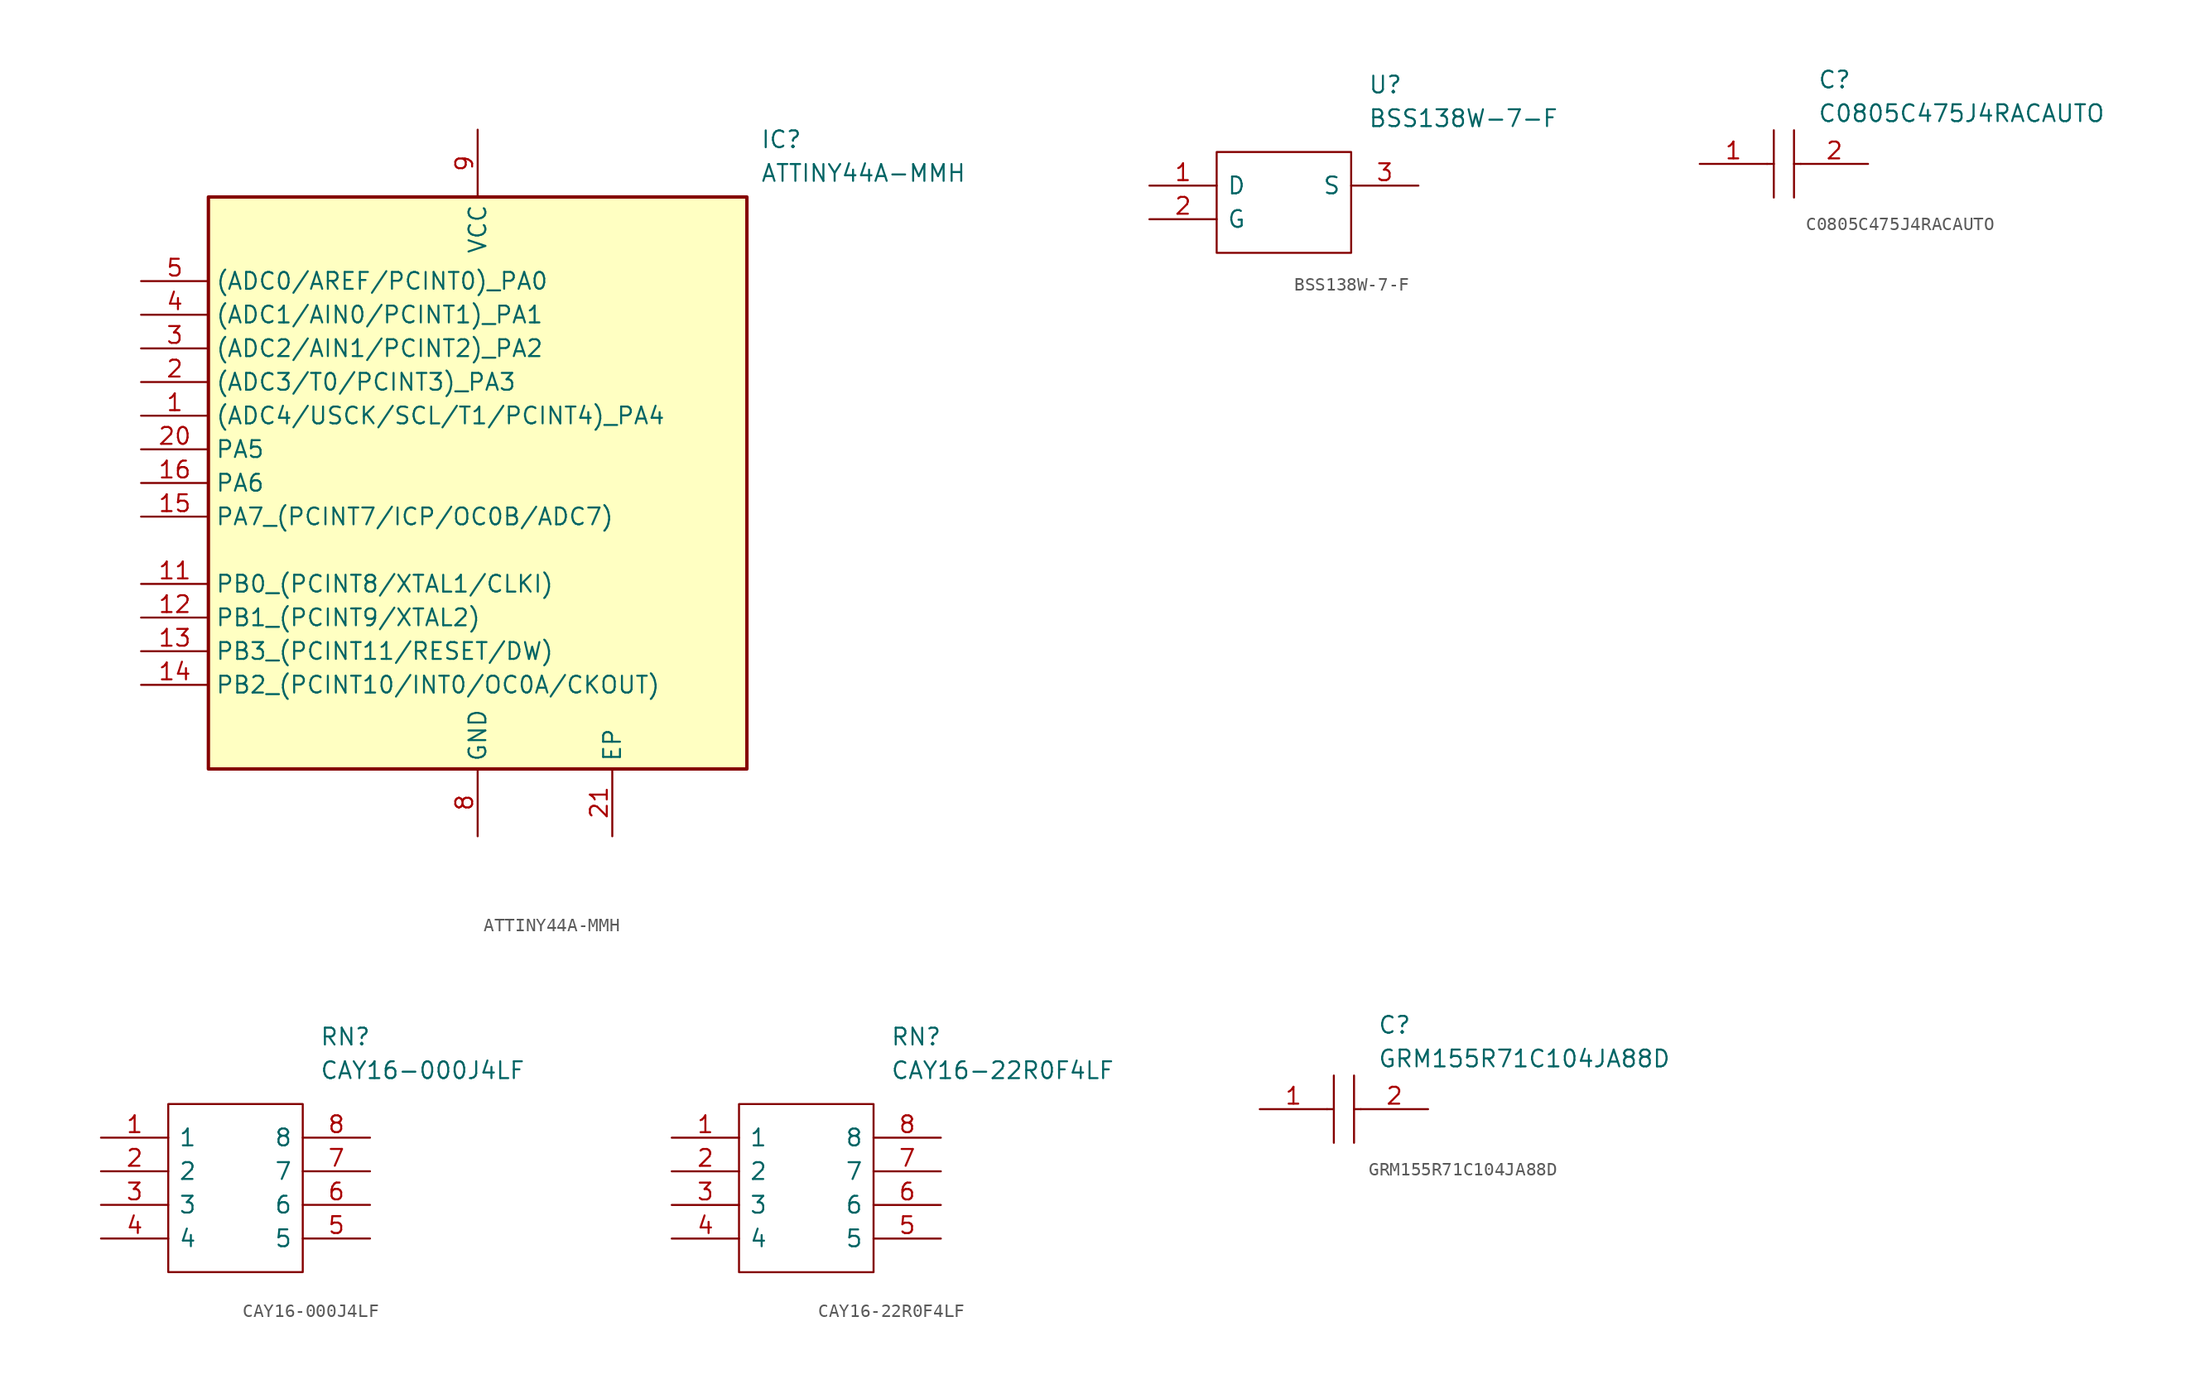
<source format=kicad_sym>
(kicad_symbol_lib
  (version 20231120)
  (generator "kicad_symbol_editor")
  (generator_version "8.0")
  (symbol "ATTINY44A-MMH"
    (property "Reference" "IC"
      (at 46.736 11.43 0)
      (effects (font (size 1.27 1.27)) (justify left top)))
    (property "Value" "ATTINY44A-MMH"
      (at 46.736 8.89 0)
      (effects (font (size 1.27 1.27)) (justify left top)))
    (symbol "ATTINY44A-MMH_1_1"
      (rectangle (start 5.08 6.35) (end 45.72 -36.83) (stroke (width 0.254) (type default)) (fill (type background)))
      (pin passive line (at 0 -10.16 0) (length 5.08) (name "(ADC4/USCK/SCL/T1/PCINT4)_PA4" (effects (font (size 1.27 1.27)))) (number "1" (effects (font (size 1.27 1.27)))))
      (pin passive line (at 0 -22.86 0) (length 5.08) (name "PB0_(PCINT8/XTAL1/CLKI)" (effects (font (size 1.27 1.27)))) (number "11" (effects (font (size 1.27 1.27)))))
      (pin passive line (at 0 -25.4 0) (length 5.08) (name "PB1_(PCINT9/XTAL2)" (effects (font (size 1.27 1.27)))) (number "12" (effects (font (size 1.27 1.27)))))
      (pin passive line (at 0 -27.94 0) (length 5.08) (name "PB3_(PCINT11/RESET/DW)" (effects (font (size 1.27 1.27)))) (number "13" (effects (font (size 1.27 1.27)))))
      (pin passive line (at 0 -30.48 0) (length 5.08) (name "PB2_(PCINT10/INT0/OC0A/CKOUT)" (effects (font (size 1.27 1.27)))) (number "14" (effects (font (size 1.27 1.27)))))
      (pin passive line (at 0 -17.78 0) (length 5.08) (name "PA7_(PCINT7/ICP/OC0B/ADC7)" (effects (font (size 1.27 1.27)))) (number "15" (effects (font (size 1.27 1.27)))))
      (pin passive line (at 0 -15.24 0) (length 5.08) (name "PA6" (effects (font (size 1.27 1.27)))) (number "16" (effects (font (size 1.27 1.27)))))
      (pin passive line (at 0 -7.62 0) (length 5.08) (name "(ADC3/T0/PCINT3)_PA3" (effects (font (size 1.27 1.27)))) (number "2" (effects (font (size 1.27 1.27)))))
      (pin passive line (at 0 -12.7 0) (length 5.08) (name "PA5" (effects (font (size 1.27 1.27)))) (number "20" (effects (font (size 1.27 1.27)))))
      (pin passive line (at 35.56 -41.91 90) (length 5.08) (name "EP" (effects (font (size 1.27 1.27)))) (number "21" (effects (font (size 1.27 1.27)))))
      (pin passive line (at 0 -5.08 0) (length 5.08) (name "(ADC2/AIN1/PCINT2)_PA2" (effects (font (size 1.27 1.27)))) (number "3" (effects (font (size 1.27 1.27)))))
      (pin passive line (at 0 -2.54 0) (length 5.08) (name "(ADC1/AIN0/PCINT1)_PA1" (effects (font (size 1.27 1.27)))) (number "4" (effects (font (size 1.27 1.27)))))
      (pin passive line (at 0 0 0) (length 5.08) (name "(ADC0/AREF/PCINT0)_PA0" (effects (font (size 1.27 1.27)))) (number "5" (effects (font (size 1.27 1.27)))))
      (pin passive line (at 25.4 -41.91 90) (length 5.08) (name "GND" (effects (font (size 1.27 1.27)))) (number "8" (effects (font (size 1.27 1.27)))))
      (pin passive line (at 25.4 11.43 270) (length 5.08) (name "VCC" (effects (font (size 1.27 1.27)))) (number "9" (effects (font (size 1.27 1.27)))))))
  (symbol "BSS138W-7-F"
    (pin_names
      (offset 0.762))
    (property "Reference" "U"
      (at 16.51 7.62 0)
      (effects (font (size 1.27 1.27)) (justify left)))
    (property "Value" "BSS138W-7-F"
      (at 16.51 5.08 0)
      (effects (font (size 1.27 1.27)) (justify left)))
    (symbol "BSS138W-7-F_0_0"
      (pin passive line (at 0 0 0) (length 5.08) (name "D" (effects (font (size 1.27 1.27)))) (number "1" (effects (font (size 1.27 1.27)))))
      (pin passive line (at 0 -2.54 0) (length 5.08) (name "G" (effects (font (size 1.27 1.27)))) (number "2" (effects (font (size 1.27 1.27)))))
      (pin passive line (at 20.32 0 180) (length 5.08) (name "S" (effects (font (size 1.27 1.27)))) (number "3" (effects (font (size 1.27 1.27))))))
    (symbol "BSS138W-7-F_0_1"
      (polyline (pts (xy 5.08 2.54) (xy 15.24 2.54) (xy 15.24 -5.08) (xy 5.08 -5.08) (xy 5.08 2.54)) (stroke (width 0.152) (type default)) (fill (type none)))))
  (symbol "C0805C475J4RACAUTO"
    (pin_names
      (offset 0.762))
    (property "Reference" "C"
      (at 8.89 6.35 0)
      (effects (font (size 1.27 1.27)) (justify left)))
    (property "Value" "C0805C475J4RACAUTO"
      (at 8.89 3.81 0)
      (effects (font (size 1.27 1.27)) (justify left)))
    (symbol "C0805C475J4RACAUTO_0_0"
      (pin passive line (at 0 0 0) (length 5.08) (name "~" (effects (font (size 1.27 1.27)))) (number "1" (effects (font (size 1.27 1.27)))))
      (pin passive line (at 12.7 0 180) (length 5.08) (name "~" (effects (font (size 1.27 1.27)))) (number "2" (effects (font (size 1.27 1.27))))))
    (symbol "C0805C475J4RACAUTO_0_1"
      (polyline (pts (xy 5.08 0) (xy 5.588 0)) (stroke (width 0.152) (type default)) (fill (type none)))
      (polyline (pts (xy 5.588 2.54) (xy 5.588 -2.54)) (stroke (width 0.152) (type default)) (fill (type none)))
      (polyline (pts (xy 7.112 0) (xy 7.62 0)) (stroke (width 0.152) (type default)) (fill (type none)))
      (polyline (pts (xy 7.112 2.54) (xy 7.112 -2.54)) (stroke (width 0.152) (type default)) (fill (type none)))))
  (symbol "CAY16-000J4LF"
    (pin_names
      (offset 0.762))
    (property "Reference" "RN"
      (at 16.51 7.62 0)
      (effects (font (size 1.27 1.27)) (justify left)))
    (property "Value" "CAY16-000J4LF"
      (at 16.51 5.08 0)
      (effects (font (size 1.27 1.27)) (justify left)))
    (symbol "CAY16-000J4LF_0_0"
      (pin passive line (at 0 0 0) (length 5.08) (name "1" (effects (font (size 1.27 1.27)))) (number "1" (effects (font (size 1.27 1.27)))))
      (pin passive line (at 0 -2.54 0) (length 5.08) (name "2" (effects (font (size 1.27 1.27)))) (number "2" (effects (font (size 1.27 1.27)))))
      (pin passive line (at 0 -5.08 0) (length 5.08) (name "3" (effects (font (size 1.27 1.27)))) (number "3" (effects (font (size 1.27 1.27)))))
      (pin passive line (at 0 -7.62 0) (length 5.08) (name "4" (effects (font (size 1.27 1.27)))) (number "4" (effects (font (size 1.27 1.27)))))
      (pin passive line (at 20.32 -7.62 180) (length 5.08) (name "5" (effects (font (size 1.27 1.27)))) (number "5" (effects (font (size 1.27 1.27)))))
      (pin passive line (at 20.32 -5.08 180) (length 5.08) (name "6" (effects (font (size 1.27 1.27)))) (number "6" (effects (font (size 1.27 1.27)))))
      (pin passive line (at 20.32 -2.54 180) (length 5.08) (name "7" (effects (font (size 1.27 1.27)))) (number "7" (effects (font (size 1.27 1.27)))))
      (pin passive line (at 20.32 0 180) (length 5.08) (name "8" (effects (font (size 1.27 1.27)))) (number "8" (effects (font (size 1.27 1.27))))))
    (symbol "CAY16-000J4LF_0_1"
      (polyline (pts (xy 5.08 2.54) (xy 15.24 2.54) (xy 15.24 -10.16) (xy 5.08 -10.16) (xy 5.08 2.54)) (stroke (width 0.152) (type default)) (fill (type none)))))
  (symbol "CAY16-22R0F4LF"
    (pin_names
      (offset 0.762))
    (property "Reference" "RN"
      (at 16.51 7.62 0)
      (effects (font (size 1.27 1.27)) (justify left)))
    (property "Value" "CAY16-22R0F4LF"
      (at 16.51 5.08 0)
      (effects (font (size 1.27 1.27)) (justify left)))
    (symbol "CAY16-22R0F4LF_0_0"
      (pin passive line (at 0 0 0) (length 5.08) (name "1" (effects (font (size 1.27 1.27)))) (number "1" (effects (font (size 1.27 1.27)))))
      (pin passive line (at 0 -2.54 0) (length 5.08) (name "2" (effects (font (size 1.27 1.27)))) (number "2" (effects (font (size 1.27 1.27)))))
      (pin passive line (at 0 -5.08 0) (length 5.08) (name "3" (effects (font (size 1.27 1.27)))) (number "3" (effects (font (size 1.27 1.27)))))
      (pin passive line (at 0 -7.62 0) (length 5.08) (name "4" (effects (font (size 1.27 1.27)))) (number "4" (effects (font (size 1.27 1.27)))))
      (pin passive line (at 20.32 -7.62 180) (length 5.08) (name "5" (effects (font (size 1.27 1.27)))) (number "5" (effects (font (size 1.27 1.27)))))
      (pin passive line (at 20.32 -5.08 180) (length 5.08) (name "6" (effects (font (size 1.27 1.27)))) (number "6" (effects (font (size 1.27 1.27)))))
      (pin passive line (at 20.32 -2.54 180) (length 5.08) (name "7" (effects (font (size 1.27 1.27)))) (number "7" (effects (font (size 1.27 1.27)))))
      (pin passive line (at 20.32 0 180) (length 5.08) (name "8" (effects (font (size 1.27 1.27)))) (number "8" (effects (font (size 1.27 1.27))))))
    (symbol "CAY16-22R0F4LF_0_1"
      (polyline (pts (xy 5.08 2.54) (xy 15.24 2.54) (xy 15.24 -10.16) (xy 5.08 -10.16) (xy 5.08 2.54)) (stroke (width 0.152) (type default)) (fill (type none)))))
  (symbol "GRM155R71C104JA88D"
    (pin_names
      (offset 0.762))
    (property "Reference" "C"
      (at 8.89 6.35 0)
      (effects (font (size 1.27 1.27)) (justify left)))
    (property "Value" "GRM155R71C104JA88D"
      (at 8.89 3.81 0)
      (effects (font (size 1.27 1.27)) (justify left)))
    (symbol "GRM155R71C104JA88D_0_0"
      (pin passive line (at 0 0 0) (length 5.08) (name "~" (effects (font (size 1.27 1.27)))) (number "1" (effects (font (size 1.27 1.27)))))
      (pin passive line (at 12.7 0 180) (length 5.08) (name "~" (effects (font (size 1.27 1.27)))) (number "2" (effects (font (size 1.27 1.27))))))
    (symbol "GRM155R71C104JA88D_0_1"
      (polyline (pts (xy 5.08 0) (xy 5.588 0)) (stroke (width 0.152) (type default)) (fill (type none)))
      (polyline (pts (xy 5.588 2.54) (xy 5.588 -2.54)) (stroke (width 0.152) (type default)) (fill (type none)))
      (polyline (pts (xy 7.112 0) (xy 7.62 0)) (stroke (width 0.152) (type default)) (fill (type none)))
      (polyline (pts (xy 7.112 2.54) (xy 7.112 -2.54)) (stroke (width 0.152) (type default)) (fill (type none))))))
</source>
